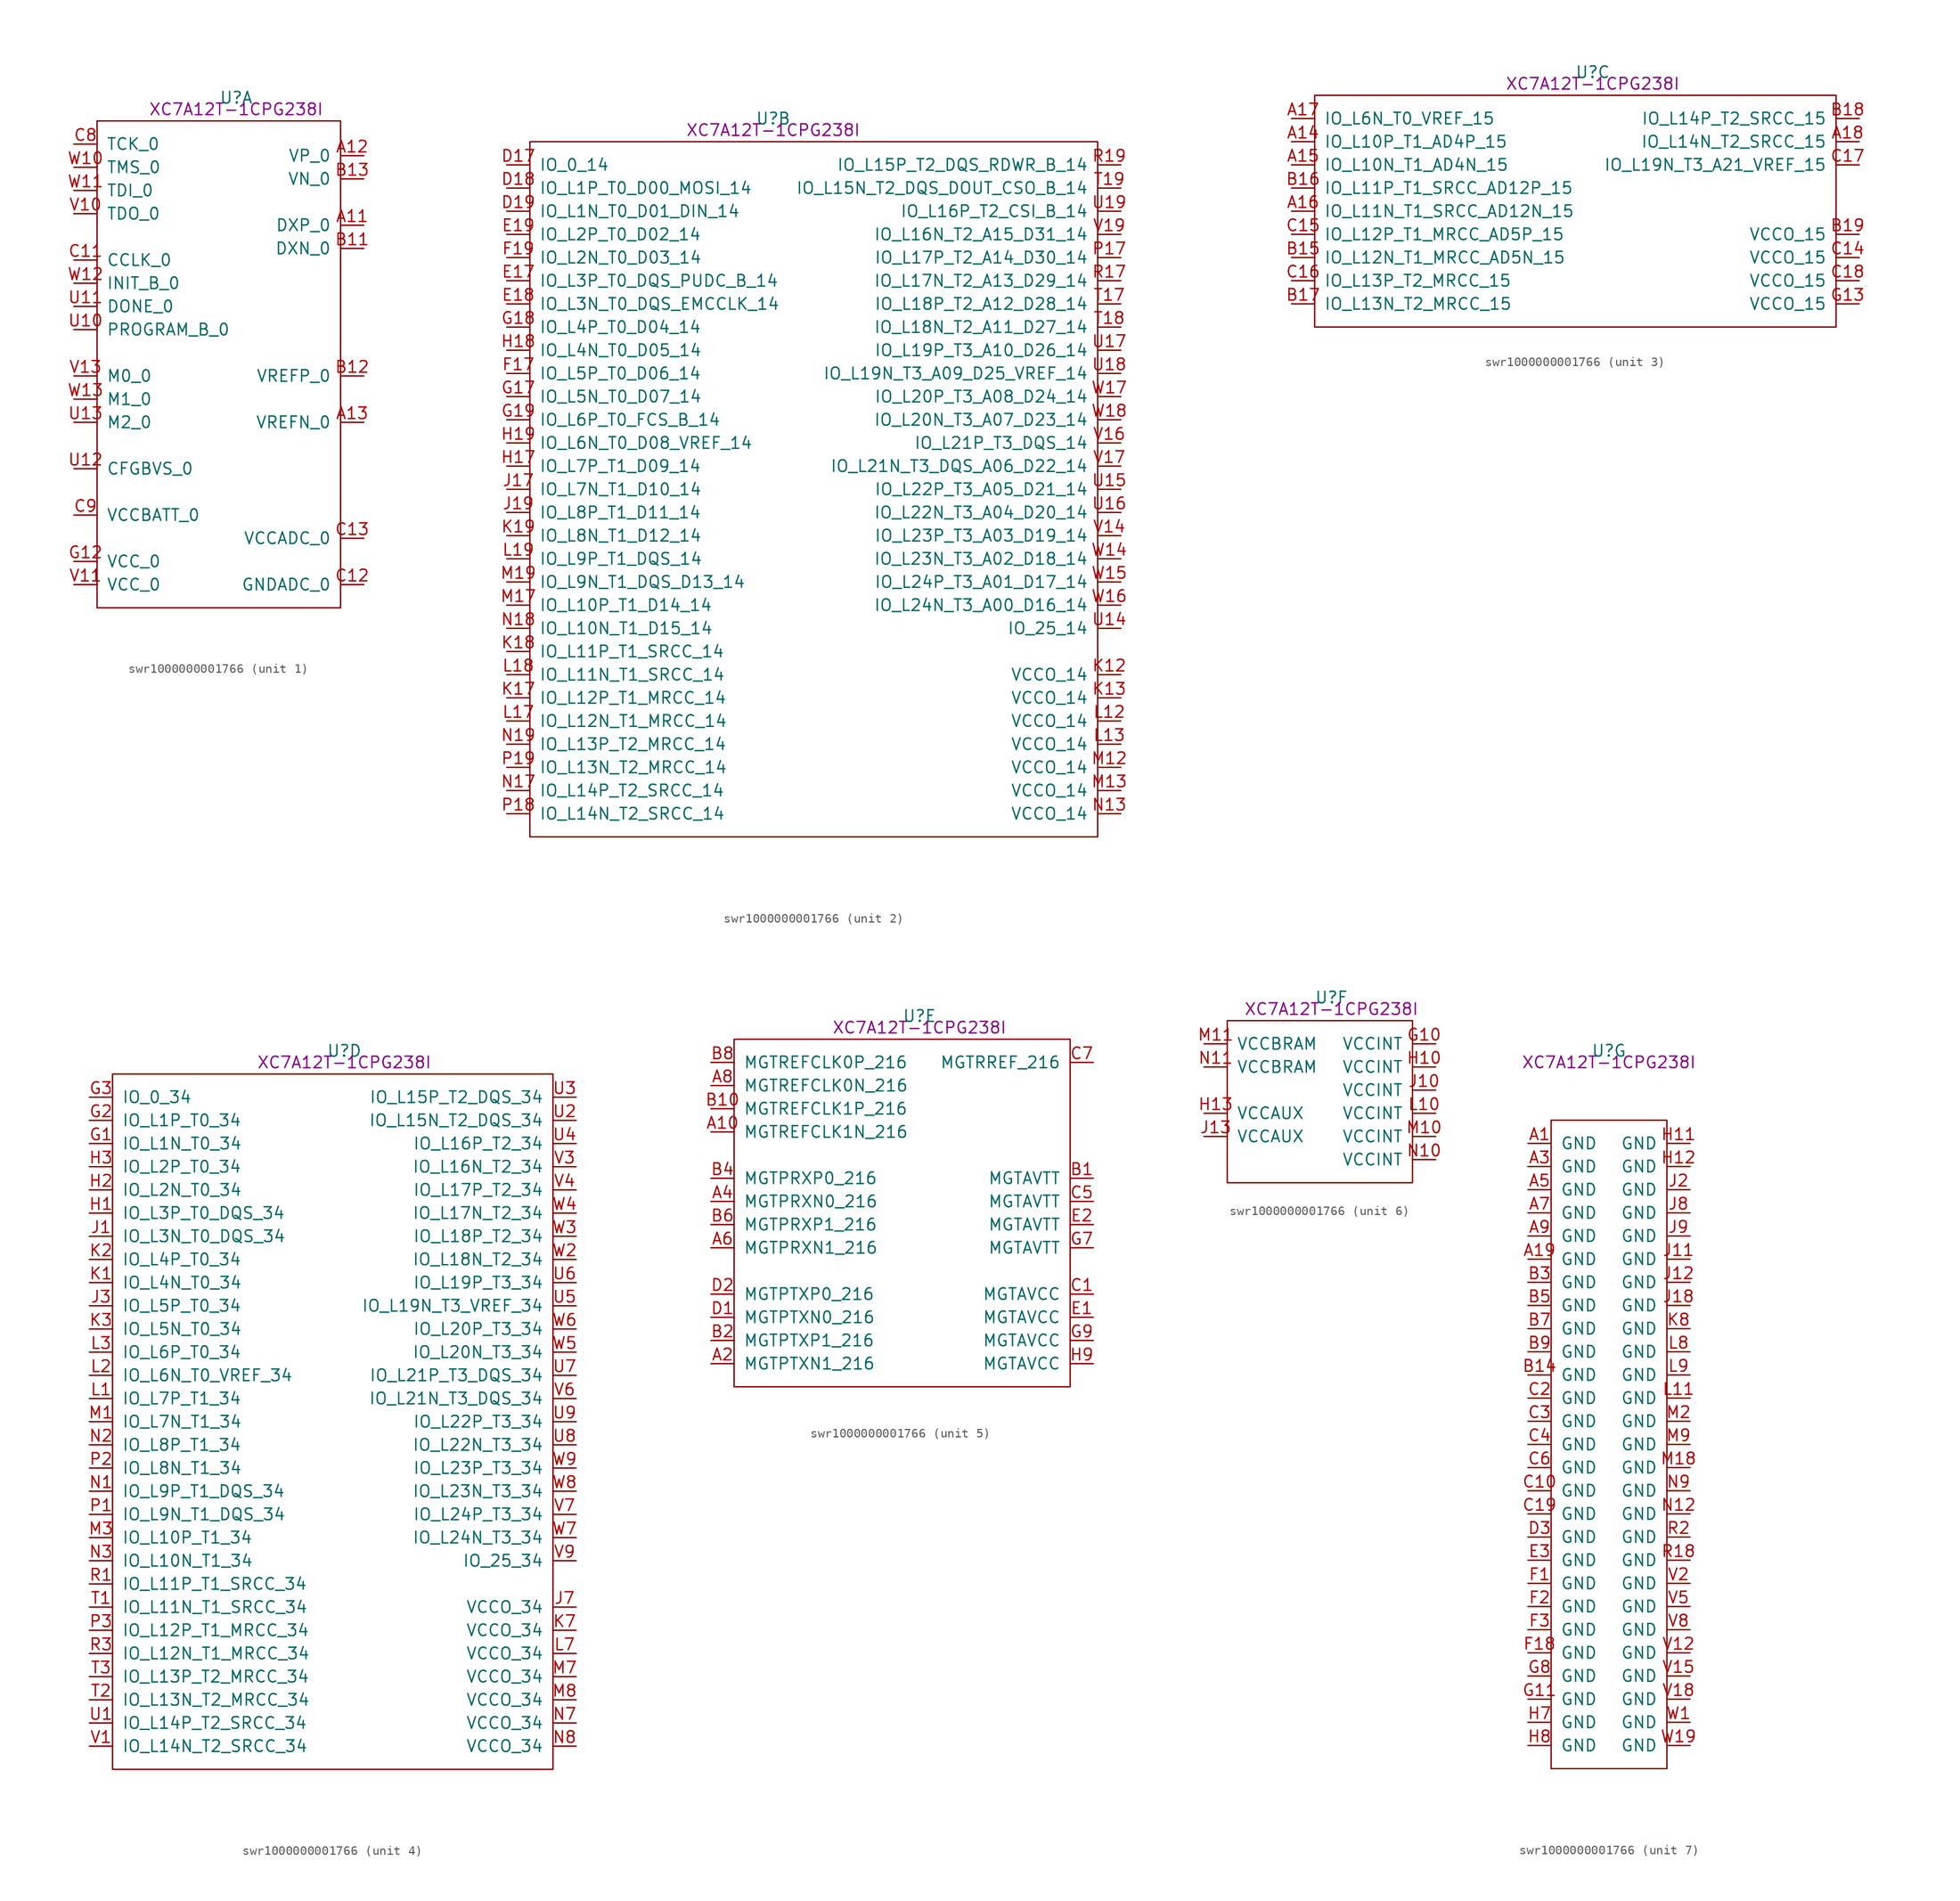
<source format=kicad_sym>
(kicad_symbol_lib
  (version 20211014)
  (generator kicad_symbol_editor)
  (symbol "swr1000000001766"
    (pin_names
      (offset 1.016))
    (property "Reference" "U"
      (at 0 1.27 0)
      (effects (font (size 1.27 1.27))))
    (property "PartValue" "XC7A12T-1CPG238I"
      (at 0 0 0)
      (effects (font (size 1.27 1.27))))
    (property "ki_locked" ""
      (at 0 0 0)
      (effects (font (size 1.27 1.27))))
    (symbol "swr1000000001766_1_0"
      (pin power_in line (at -17.78 -49.53 0) (length 2.54) (name "VCC_0" (effects (font (size 1.27 1.27)))) (number "G12" (effects (font (size 1.27 1.27)))))
      (pin bidirectional line (at -17.78 -21.59 0) (length 2.54) (name "DONE_0" (effects (font (size 1.27 1.27)))) (number "U11" (effects (font (size 1.27 1.27)))))
      (pin power_in line (at -17.78 -52.07 0) (length 2.54) (name "VCC_0" (effects (font (size 1.27 1.27)))) (number "V11" (effects (font (size 1.27 1.27))))))
    (symbol "swr1000000001766_1_1"
      (rectangle (start 11.43 -54.61) (end -15.24 -1.27) (stroke (width 0) (type default) (color 0 0 0 0)) (fill (type none)))
      (pin bidirectional line (at 13.97 -12.7 180) (length 2.54) (name "DXP_0" (effects (font (size 1.27 1.27)))) (number "A11" (effects (font (size 1.27 1.27)))))
      (pin input line (at 13.97 -5.08 180) (length 2.54) (name "VP_0" (effects (font (size 1.27 1.27)))) (number "A12" (effects (font (size 1.27 1.27)))))
      (pin power_in line (at 13.97 -34.29 180) (length 2.54) (name "VREFN_0" (effects (font (size 1.27 1.27)))) (number "A13" (effects (font (size 1.27 1.27)))))
      (pin bidirectional line (at 13.97 -15.24 180) (length 2.54) (name "DXN_0" (effects (font (size 1.27 1.27)))) (number "B11" (effects (font (size 1.27 1.27)))))
      (pin power_in line (at 13.97 -29.21 180) (length 2.54) (name "VREFP_0" (effects (font (size 1.27 1.27)))) (number "B12" (effects (font (size 1.27 1.27)))))
      (pin input line (at 13.97 -7.62 180) (length 2.54) (name "VN_0" (effects (font (size 1.27 1.27)))) (number "B13" (effects (font (size 1.27 1.27)))))
      (pin input line (at -17.78 -16.51 0) (length 2.54) (name "CCLK_0" (effects (font (size 1.27 1.27)))) (number "C11" (effects (font (size 1.27 1.27)))))
      (pin power_in line (at 13.97 -52.07 180) (length 2.54) (name "GNDADC_0" (effects (font (size 1.27 1.27)))) (number "C12" (effects (font (size 1.27 1.27)))))
      (pin power_in line (at 13.97 -46.99 180) (length 2.54) (name "VCCADC_0" (effects (font (size 1.27 1.27)))) (number "C13" (effects (font (size 1.27 1.27)))))
      (pin input line (at -17.78 -3.81 0) (length 2.54) (name "TCK_0" (effects (font (size 1.27 1.27)))) (number "C8" (effects (font (size 1.27 1.27)))))
      (pin power_in line (at -17.78 -44.45 0) (length 2.54) (name "VCCBATT_0" (effects (font (size 1.27 1.27)))) (number "C9" (effects (font (size 1.27 1.27)))))
      (pin input line (at -17.78 -24.13 0) (length 2.54) (name "PROGRAM_B_0" (effects (font (size 1.27 1.27)))) (number "U10" (effects (font (size 1.27 1.27)))))
      (pin power_in line (at -17.78 -39.37 0) (length 2.54) (name "CFGBVS_0" (effects (font (size 1.27 1.27)))) (number "U12" (effects (font (size 1.27 1.27)))))
      (pin input line (at -17.78 -34.29 0) (length 2.54) (name "M2_0" (effects (font (size 1.27 1.27)))) (number "U13" (effects (font (size 1.27 1.27)))))
      (pin output line (at -17.78 -11.43 0) (length 2.54) (name "TDO_0" (effects (font (size 1.27 1.27)))) (number "V10" (effects (font (size 1.27 1.27)))))
      (pin input line (at -17.78 -29.21 0) (length 2.54) (name "M0_0" (effects (font (size 1.27 1.27)))) (number "V13" (effects (font (size 1.27 1.27)))))
      (pin input line (at -17.78 -6.35 0) (length 2.54) (name "TMS_0" (effects (font (size 1.27 1.27)))) (number "W10" (effects (font (size 1.27 1.27)))))
      (pin input line (at -17.78 -8.89 0) (length 2.54) (name "TDI_0" (effects (font (size 1.27 1.27)))) (number "W11" (effects (font (size 1.27 1.27)))))
      (pin bidirectional line (at -17.78 -19.05 0) (length 2.54) (name "INIT_B_0" (effects (font (size 1.27 1.27)))) (number "W12" (effects (font (size 1.27 1.27)))))
      (pin input line (at -17.78 -31.75 0) (length 2.54) (name "M1_0" (effects (font (size 1.27 1.27)))) (number "W13" (effects (font (size 1.27 1.27))))))
    (symbol "swr1000000001766_2_0"
      (pin bidirectional line (at -29.21 -3.81 0) (length 2.54) (name "IO_0_14" (effects (font (size 1.27 1.27)))) (number "D17" (effects (font (size 1.27 1.27)))))
      (pin bidirectional line (at -29.21 -6.35 0) (length 2.54) (name "IO_L1P_T0_D00_MOSI_14" (effects (font (size 1.27 1.27)))) (number "D18" (effects (font (size 1.27 1.27)))))
      (pin bidirectional line (at -29.21 -8.89 0) (length 2.54) (name "IO_L1N_T0_D01_DIN_14" (effects (font (size 1.27 1.27)))) (number "D19" (effects (font (size 1.27 1.27)))))
      (pin bidirectional line (at -29.21 -16.51 0) (length 2.54) (name "IO_L3P_T0_DQS_PUDC_B_14" (effects (font (size 1.27 1.27)))) (number "E17" (effects (font (size 1.27 1.27)))))
      (pin bidirectional line (at -29.21 -19.05 0) (length 2.54) (name "IO_L3N_T0_DQS_EMCCLK_14" (effects (font (size 1.27 1.27)))) (number "E18" (effects (font (size 1.27 1.27)))))
      (pin bidirectional line (at -29.21 -11.43 0) (length 2.54) (name "IO_L2P_T0_D02_14" (effects (font (size 1.27 1.27)))) (number "E19" (effects (font (size 1.27 1.27)))))
      (pin bidirectional line (at -29.21 -26.67 0) (length 2.54) (name "IO_L5P_T0_D06_14" (effects (font (size 1.27 1.27)))) (number "F17" (effects (font (size 1.27 1.27)))))
      (pin bidirectional line (at -29.21 -13.97 0) (length 2.54) (name "IO_L2N_T0_D03_14" (effects (font (size 1.27 1.27)))) (number "F19" (effects (font (size 1.27 1.27)))))
      (pin bidirectional line (at -29.21 -29.21 0) (length 2.54) (name "IO_L5N_T0_D07_14" (effects (font (size 1.27 1.27)))) (number "G17" (effects (font (size 1.27 1.27)))))
      (pin bidirectional line (at -29.21 -21.59 0) (length 2.54) (name "IO_L4P_T0_D04_14" (effects (font (size 1.27 1.27)))) (number "G18" (effects (font (size 1.27 1.27)))))
      (pin bidirectional line (at -29.21 -31.75 0) (length 2.54) (name "IO_L6P_T0_FCS_B_14" (effects (font (size 1.27 1.27)))) (number "G19" (effects (font (size 1.27 1.27)))))
      (pin bidirectional line (at -29.21 -36.83 0) (length 2.54) (name "IO_L7P_T1_D09_14" (effects (font (size 1.27 1.27)))) (number "H17" (effects (font (size 1.27 1.27)))))
      (pin bidirectional line (at -29.21 -24.13 0) (length 2.54) (name "IO_L4N_T0_D05_14" (effects (font (size 1.27 1.27)))) (number "H18" (effects (font (size 1.27 1.27)))))
      (pin bidirectional line (at -29.21 -34.29 0) (length 2.54) (name "IO_L6N_T0_D08_VREF_14" (effects (font (size 1.27 1.27)))) (number "H19" (effects (font (size 1.27 1.27)))))
      (pin bidirectional line (at -29.21 -39.37 0) (length 2.54) (name "IO_L7N_T1_D10_14" (effects (font (size 1.27 1.27)))) (number "J17" (effects (font (size 1.27 1.27)))))
      (pin bidirectional line (at -29.21 -41.91 0) (length 2.54) (name "IO_L8P_T1_D11_14" (effects (font (size 1.27 1.27)))) (number "J19" (effects (font (size 1.27 1.27)))))
      (pin power_in line (at 38.1 -59.69 180) (length 2.54) (name "VCCO_14" (effects (font (size 1.27 1.27)))) (number "K12" (effects (font (size 1.27 1.27)))))
      (pin power_in line (at 38.1 -62.23 180) (length 2.54) (name "VCCO_14" (effects (font (size 1.27 1.27)))) (number "K13" (effects (font (size 1.27 1.27)))))
      (pin bidirectional line (at -29.21 -62.23 0) (length 2.54) (name "IO_L12P_T1_MRCC_14" (effects (font (size 1.27 1.27)))) (number "K17" (effects (font (size 1.27 1.27)))))
      (pin bidirectional line (at -29.21 -57.15 0) (length 2.54) (name "IO_L11P_T1_SRCC_14" (effects (font (size 1.27 1.27)))) (number "K18" (effects (font (size 1.27 1.27)))))
      (pin bidirectional line (at -29.21 -44.45 0) (length 2.54) (name "IO_L8N_T1_D12_14" (effects (font (size 1.27 1.27)))) (number "K19" (effects (font (size 1.27 1.27)))))
      (pin power_in line (at 38.1 -64.77 180) (length 2.54) (name "VCCO_14" (effects (font (size 1.27 1.27)))) (number "L12" (effects (font (size 1.27 1.27)))))
      (pin power_in line (at 38.1 -67.31 180) (length 2.54) (name "VCCO_14" (effects (font (size 1.27 1.27)))) (number "L13" (effects (font (size 1.27 1.27)))))
      (pin bidirectional line (at -29.21 -64.77 0) (length 2.54) (name "IO_L12N_T1_MRCC_14" (effects (font (size 1.27 1.27)))) (number "L17" (effects (font (size 1.27 1.27)))))
      (pin bidirectional line (at -29.21 -59.69 0) (length 2.54) (name "IO_L11N_T1_SRCC_14" (effects (font (size 1.27 1.27)))) (number "L18" (effects (font (size 1.27 1.27)))))
      (pin bidirectional line (at -29.21 -46.99 0) (length 2.54) (name "IO_L9P_T1_DQS_14" (effects (font (size 1.27 1.27)))) (number "L19" (effects (font (size 1.27 1.27)))))
      (pin power_in line (at 38.1 -69.85 180) (length 2.54) (name "VCCO_14" (effects (font (size 1.27 1.27)))) (number "M12" (effects (font (size 1.27 1.27)))))
      (pin power_in line (at 38.1 -72.39 180) (length 2.54) (name "VCCO_14" (effects (font (size 1.27 1.27)))) (number "M13" (effects (font (size 1.27 1.27)))))
      (pin bidirectional line (at -29.21 -52.07 0) (length 2.54) (name "IO_L10P_T1_D14_14" (effects (font (size 1.27 1.27)))) (number "M17" (effects (font (size 1.27 1.27)))))
      (pin bidirectional line (at -29.21 -49.53 0) (length 2.54) (name "IO_L9N_T1_DQS_D13_14" (effects (font (size 1.27 1.27)))) (number "M19" (effects (font (size 1.27 1.27)))))
      (pin power_in line (at 38.1 -74.93 180) (length 2.54) (name "VCCO_14" (effects (font (size 1.27 1.27)))) (number "N13" (effects (font (size 1.27 1.27)))))
      (pin bidirectional line (at -29.21 -72.39 0) (length 2.54) (name "IO_L14P_T2_SRCC_14" (effects (font (size 1.27 1.27)))) (number "N17" (effects (font (size 1.27 1.27)))))
      (pin bidirectional line (at -29.21 -54.61 0) (length 2.54) (name "IO_L10N_T1_D15_14" (effects (font (size 1.27 1.27)))) (number "N18" (effects (font (size 1.27 1.27)))))
      (pin bidirectional line (at -29.21 -67.31 0) (length 2.54) (name "IO_L13P_T2_MRCC_14" (effects (font (size 1.27 1.27)))) (number "N19" (effects (font (size 1.27 1.27)))))
      (pin bidirectional line (at 38.1 -13.97 180) (length 2.54) (name "IO_L17P_T2_A14_D30_14" (effects (font (size 1.27 1.27)))) (number "P17" (effects (font (size 1.27 1.27)))))
      (pin bidirectional line (at -29.21 -74.93 0) (length 2.54) (name "IO_L14N_T2_SRCC_14" (effects (font (size 1.27 1.27)))) (number "P18" (effects (font (size 1.27 1.27)))))
      (pin bidirectional line (at -29.21 -69.85 0) (length 2.54) (name "IO_L13N_T2_MRCC_14" (effects (font (size 1.27 1.27)))) (number "P19" (effects (font (size 1.27 1.27)))))
      (pin bidirectional line (at 38.1 -16.51 180) (length 2.54) (name "IO_L17N_T2_A13_D29_14" (effects (font (size 1.27 1.27)))) (number "R17" (effects (font (size 1.27 1.27)))))
      (pin bidirectional line (at 38.1 -3.81 180) (length 2.54) (name "IO_L15P_T2_DQS_RDWR_B_14" (effects (font (size 1.27 1.27)))) (number "R19" (effects (font (size 1.27 1.27)))))
      (pin bidirectional line (at 38.1 -19.05 180) (length 2.54) (name "IO_L18P_T2_A12_D28_14" (effects (font (size 1.27 1.27)))) (number "T17" (effects (font (size 1.27 1.27)))))
      (pin bidirectional line (at 38.1 -21.59 180) (length 2.54) (name "IO_L18N_T2_A11_D27_14" (effects (font (size 1.27 1.27)))) (number "T18" (effects (font (size 1.27 1.27)))))
      (pin bidirectional line (at 38.1 -6.35 180) (length 2.54) (name "IO_L15N_T2_DQS_DOUT_CSO_B_14" (effects (font (size 1.27 1.27)))) (number "T19" (effects (font (size 1.27 1.27)))))
      (pin bidirectional line (at 38.1 -54.61 180) (length 2.54) (name "IO_25_14" (effects (font (size 1.27 1.27)))) (number "U14" (effects (font (size 1.27 1.27)))))
      (pin bidirectional line (at 38.1 -39.37 180) (length 2.54) (name "IO_L22P_T3_A05_D21_14" (effects (font (size 1.27 1.27)))) (number "U15" (effects (font (size 1.27 1.27)))))
      (pin bidirectional line (at 38.1 -41.91 180) (length 2.54) (name "IO_L22N_T3_A04_D20_14" (effects (font (size 1.27 1.27)))) (number "U16" (effects (font (size 1.27 1.27)))))
      (pin bidirectional line (at 38.1 -24.13 180) (length 2.54) (name "IO_L19P_T3_A10_D26_14" (effects (font (size 1.27 1.27)))) (number "U17" (effects (font (size 1.27 1.27)))))
      (pin bidirectional line (at 38.1 -26.67 180) (length 2.54) (name "IO_L19N_T3_A09_D25_VREF_14" (effects (font (size 1.27 1.27)))) (number "U18" (effects (font (size 1.27 1.27)))))
      (pin bidirectional line (at 38.1 -8.89 180) (length 2.54) (name "IO_L16P_T2_CSI_B_14" (effects (font (size 1.27 1.27)))) (number "U19" (effects (font (size 1.27 1.27)))))
      (pin bidirectional line (at 38.1 -44.45 180) (length 2.54) (name "IO_L23P_T3_A03_D19_14" (effects (font (size 1.27 1.27)))) (number "V14" (effects (font (size 1.27 1.27)))))
      (pin bidirectional line (at 38.1 -34.29 180) (length 2.54) (name "IO_L21P_T3_DQS_14" (effects (font (size 1.27 1.27)))) (number "V16" (effects (font (size 1.27 1.27)))))
      (pin bidirectional line (at 38.1 -36.83 180) (length 2.54) (name "IO_L21N_T3_DQS_A06_D22_14" (effects (font (size 1.27 1.27)))) (number "V17" (effects (font (size 1.27 1.27)))))
      (pin bidirectional line (at 38.1 -11.43 180) (length 2.54) (name "IO_L16N_T2_A15_D31_14" (effects (font (size 1.27 1.27)))) (number "V19" (effects (font (size 1.27 1.27)))))
      (pin bidirectional line (at 38.1 -46.99 180) (length 2.54) (name "IO_L23N_T3_A02_D18_14" (effects (font (size 1.27 1.27)))) (number "W14" (effects (font (size 1.27 1.27)))))
      (pin bidirectional line (at 38.1 -49.53 180) (length 2.54) (name "IO_L24P_T3_A01_D17_14" (effects (font (size 1.27 1.27)))) (number "W15" (effects (font (size 1.27 1.27)))))
      (pin bidirectional line (at 38.1 -52.07 180) (length 2.54) (name "IO_L24N_T3_A00_D16_14" (effects (font (size 1.27 1.27)))) (number "W16" (effects (font (size 1.27 1.27)))))
      (pin bidirectional line (at 38.1 -29.21 180) (length 2.54) (name "IO_L20P_T3_A08_D24_14" (effects (font (size 1.27 1.27)))) (number "W17" (effects (font (size 1.27 1.27)))))
      (pin bidirectional line (at 38.1 -31.75 180) (length 2.54) (name "IO_L20N_T3_A07_D23_14" (effects (font (size 1.27 1.27)))) (number "W18" (effects (font (size 1.27 1.27))))))
    (symbol "swr1000000001766_2_1"
      (rectangle (start -26.67 -1.27) (end 35.56 -77.47) (stroke (width 0) (type default) (color 0 0 0 0)) (fill (type none))))
    (symbol "swr1000000001766_3_0"
      (pin bidirectional line (at -33.02 -6.35 0) (length 2.54) (name "IO_L10P_T1_AD4P_15" (effects (font (size 1.27 1.27)))) (number "A14" (effects (font (size 1.27 1.27)))))
      (pin bidirectional line (at -33.02 -8.89 0) (length 2.54) (name "IO_L10N_T1_AD4N_15" (effects (font (size 1.27 1.27)))) (number "A15" (effects (font (size 1.27 1.27)))))
      (pin bidirectional line (at -33.02 -13.97 0) (length 2.54) (name "IO_L11N_T1_SRCC_AD12N_15" (effects (font (size 1.27 1.27)))) (number "A16" (effects (font (size 1.27 1.27)))))
      (pin bidirectional line (at -33.02 -3.81 0) (length 2.54) (name "IO_L6N_T0_VREF_15" (effects (font (size 1.27 1.27)))) (number "A17" (effects (font (size 1.27 1.27)))))
      (pin bidirectional line (at 29.21 -6.35 180) (length 2.54) (name "IO_L14N_T2_SRCC_15" (effects (font (size 1.27 1.27)))) (number "A18" (effects (font (size 1.27 1.27)))))
      (pin bidirectional line (at -33.02 -19.05 0) (length 2.54) (name "IO_L12N_T1_MRCC_AD5N_15" (effects (font (size 1.27 1.27)))) (number "B15" (effects (font (size 1.27 1.27)))))
      (pin bidirectional line (at -33.02 -11.43 0) (length 2.54) (name "IO_L11P_T1_SRCC_AD12P_15" (effects (font (size 1.27 1.27)))) (number "B16" (effects (font (size 1.27 1.27)))))
      (pin bidirectional line (at -33.02 -24.13 0) (length 2.54) (name "IO_L13N_T2_MRCC_15" (effects (font (size 1.27 1.27)))) (number "B17" (effects (font (size 1.27 1.27)))))
      (pin bidirectional line (at 29.21 -3.81 180) (length 2.54) (name "IO_L14P_T2_SRCC_15" (effects (font (size 1.27 1.27)))) (number "B18" (effects (font (size 1.27 1.27)))))
      (pin power_in line (at 29.21 -16.51 180) (length 2.54) (name "VCCO_15" (effects (font (size 1.27 1.27)))) (number "B19" (effects (font (size 1.27 1.27)))))
      (pin power_in line (at 29.21 -19.05 180) (length 2.54) (name "VCCO_15" (effects (font (size 1.27 1.27)))) (number "C14" (effects (font (size 1.27 1.27)))))
      (pin bidirectional line (at -33.02 -16.51 0) (length 2.54) (name "IO_L12P_T1_MRCC_AD5P_15" (effects (font (size 1.27 1.27)))) (number "C15" (effects (font (size 1.27 1.27)))))
      (pin bidirectional line (at -33.02 -21.59 0) (length 2.54) (name "IO_L13P_T2_MRCC_15" (effects (font (size 1.27 1.27)))) (number "C16" (effects (font (size 1.27 1.27)))))
      (pin bidirectional line (at 29.21 -8.89 180) (length 2.54) (name "IO_L19N_T3_A21_VREF_15" (effects (font (size 1.27 1.27)))) (number "C17" (effects (font (size 1.27 1.27)))))
      (pin power_in line (at 29.21 -21.59 180) (length 2.54) (name "VCCO_15" (effects (font (size 1.27 1.27)))) (number "C18" (effects (font (size 1.27 1.27)))))
      (pin power_in line (at 29.21 -24.13 180) (length 2.54) (name "VCCO_15" (effects (font (size 1.27 1.27)))) (number "G13" (effects (font (size 1.27 1.27))))))
    (symbol "swr1000000001766_3_1"
      (rectangle (start -30.48 -1.27) (end 26.67 -26.67) (stroke (width 0) (type default) (color 0 0 0 0)) (fill (type none))))
    (symbol "swr1000000001766_4_0"
      (pin bidirectional line (at -27.94 -8.89 0) (length 2.54) (name "IO_L1N_T0_34" (effects (font (size 1.27 1.27)))) (number "G1" (effects (font (size 1.27 1.27)))))
      (pin bidirectional line (at -27.94 -6.35 0) (length 2.54) (name "IO_L1P_T0_34" (effects (font (size 1.27 1.27)))) (number "G2" (effects (font (size 1.27 1.27)))))
      (pin bidirectional line (at -27.94 -3.81 0) (length 2.54) (name "IO_0_34" (effects (font (size 1.27 1.27)))) (number "G3" (effects (font (size 1.27 1.27)))))
      (pin bidirectional line (at -27.94 -16.51 0) (length 2.54) (name "IO_L3P_T0_DQS_34" (effects (font (size 1.27 1.27)))) (number "H1" (effects (font (size 1.27 1.27)))))
      (pin bidirectional line (at -27.94 -13.97 0) (length 2.54) (name "IO_L2N_T0_34" (effects (font (size 1.27 1.27)))) (number "H2" (effects (font (size 1.27 1.27)))))
      (pin bidirectional line (at -27.94 -11.43 0) (length 2.54) (name "IO_L2P_T0_34" (effects (font (size 1.27 1.27)))) (number "H3" (effects (font (size 1.27 1.27)))))
      (pin bidirectional line (at -27.94 -19.05 0) (length 2.54) (name "IO_L3N_T0_DQS_34" (effects (font (size 1.27 1.27)))) (number "J1" (effects (font (size 1.27 1.27)))))
      (pin bidirectional line (at -27.94 -26.67 0) (length 2.54) (name "IO_L5P_T0_34" (effects (font (size 1.27 1.27)))) (number "J3" (effects (font (size 1.27 1.27)))))
      (pin power_in line (at 25.4 -59.69 180) (length 2.54) (name "VCCO_34" (effects (font (size 1.27 1.27)))) (number "J7" (effects (font (size 1.27 1.27)))))
      (pin bidirectional line (at -27.94 -24.13 0) (length 2.54) (name "IO_L4N_T0_34" (effects (font (size 1.27 1.27)))) (number "K1" (effects (font (size 1.27 1.27)))))
      (pin bidirectional line (at -27.94 -21.59 0) (length 2.54) (name "IO_L4P_T0_34" (effects (font (size 1.27 1.27)))) (number "K2" (effects (font (size 1.27 1.27)))))
      (pin bidirectional line (at -27.94 -29.21 0) (length 2.54) (name "IO_L5N_T0_34" (effects (font (size 1.27 1.27)))) (number "K3" (effects (font (size 1.27 1.27)))))
      (pin power_in line (at 25.4 -62.23 180) (length 2.54) (name "VCCO_34" (effects (font (size 1.27 1.27)))) (number "K7" (effects (font (size 1.27 1.27)))))
      (pin bidirectional line (at -27.94 -36.83 0) (length 2.54) (name "IO_L7P_T1_34" (effects (font (size 1.27 1.27)))) (number "L1" (effects (font (size 1.27 1.27)))))
      (pin bidirectional line (at -27.94 -34.29 0) (length 2.54) (name "IO_L6N_T0_VREF_34" (effects (font (size 1.27 1.27)))) (number "L2" (effects (font (size 1.27 1.27)))))
      (pin bidirectional line (at -27.94 -31.75 0) (length 2.54) (name "IO_L6P_T0_34" (effects (font (size 1.27 1.27)))) (number "L3" (effects (font (size 1.27 1.27)))))
      (pin power_in line (at 25.4 -64.77 180) (length 2.54) (name "VCCO_34" (effects (font (size 1.27 1.27)))) (number "L7" (effects (font (size 1.27 1.27)))))
      (pin bidirectional line (at -27.94 -39.37 0) (length 2.54) (name "IO_L7N_T1_34" (effects (font (size 1.27 1.27)))) (number "M1" (effects (font (size 1.27 1.27)))))
      (pin bidirectional line (at -27.94 -52.07 0) (length 2.54) (name "IO_L10P_T1_34" (effects (font (size 1.27 1.27)))) (number "M3" (effects (font (size 1.27 1.27)))))
      (pin power_in line (at 25.4 -67.31 180) (length 2.54) (name "VCCO_34" (effects (font (size 1.27 1.27)))) (number "M7" (effects (font (size 1.27 1.27)))))
      (pin power_in line (at 25.4 -69.85 180) (length 2.54) (name "VCCO_34" (effects (font (size 1.27 1.27)))) (number "M8" (effects (font (size 1.27 1.27)))))
      (pin bidirectional line (at -27.94 -46.99 0) (length 2.54) (name "IO_L9P_T1_DQS_34" (effects (font (size 1.27 1.27)))) (number "N1" (effects (font (size 1.27 1.27)))))
      (pin bidirectional line (at -27.94 -41.91 0) (length 2.54) (name "IO_L8P_T1_34" (effects (font (size 1.27 1.27)))) (number "N2" (effects (font (size 1.27 1.27)))))
      (pin bidirectional line (at -27.94 -54.61 0) (length 2.54) (name "IO_L10N_T1_34" (effects (font (size 1.27 1.27)))) (number "N3" (effects (font (size 1.27 1.27)))))
      (pin power_in line (at 25.4 -72.39 180) (length 2.54) (name "VCCO_34" (effects (font (size 1.27 1.27)))) (number "N7" (effects (font (size 1.27 1.27)))))
      (pin power_in line (at 25.4 -74.93 180) (length 2.54) (name "VCCO_34" (effects (font (size 1.27 1.27)))) (number "N8" (effects (font (size 1.27 1.27)))))
      (pin bidirectional line (at -27.94 -49.53 0) (length 2.54) (name "IO_L9N_T1_DQS_34" (effects (font (size 1.27 1.27)))) (number "P1" (effects (font (size 1.27 1.27)))))
      (pin bidirectional line (at -27.94 -44.45 0) (length 2.54) (name "IO_L8N_T1_34" (effects (font (size 1.27 1.27)))) (number "P2" (effects (font (size 1.27 1.27)))))
      (pin bidirectional line (at -27.94 -62.23 0) (length 2.54) (name "IO_L12P_T1_MRCC_34" (effects (font (size 1.27 1.27)))) (number "P3" (effects (font (size 1.27 1.27)))))
      (pin bidirectional line (at -27.94 -57.15 0) (length 2.54) (name "IO_L11P_T1_SRCC_34" (effects (font (size 1.27 1.27)))) (number "R1" (effects (font (size 1.27 1.27)))))
      (pin bidirectional line (at -27.94 -64.77 0) (length 2.54) (name "IO_L12N_T1_MRCC_34" (effects (font (size 1.27 1.27)))) (number "R3" (effects (font (size 1.27 1.27)))))
      (pin bidirectional line (at -27.94 -59.69 0) (length 2.54) (name "IO_L11N_T1_SRCC_34" (effects (font (size 1.27 1.27)))) (number "T1" (effects (font (size 1.27 1.27)))))
      (pin bidirectional line (at -27.94 -69.85 0) (length 2.54) (name "IO_L13N_T2_MRCC_34" (effects (font (size 1.27 1.27)))) (number "T2" (effects (font (size 1.27 1.27)))))
      (pin bidirectional line (at -27.94 -67.31 0) (length 2.54) (name "IO_L13P_T2_MRCC_34" (effects (font (size 1.27 1.27)))) (number "T3" (effects (font (size 1.27 1.27)))))
      (pin bidirectional line (at -27.94 -72.39 0) (length 2.54) (name "IO_L14P_T2_SRCC_34" (effects (font (size 1.27 1.27)))) (number "U1" (effects (font (size 1.27 1.27)))))
      (pin bidirectional line (at 25.4 -6.35 180) (length 2.54) (name "IO_L15N_T2_DQS_34" (effects (font (size 1.27 1.27)))) (number "U2" (effects (font (size 1.27 1.27)))))
      (pin bidirectional line (at 25.4 -3.81 180) (length 2.54) (name "IO_L15P_T2_DQS_34" (effects (font (size 1.27 1.27)))) (number "U3" (effects (font (size 1.27 1.27)))))
      (pin bidirectional line (at 25.4 -8.89 180) (length 2.54) (name "IO_L16P_T2_34" (effects (font (size 1.27 1.27)))) (number "U4" (effects (font (size 1.27 1.27)))))
      (pin bidirectional line (at 25.4 -26.67 180) (length 2.54) (name "IO_L19N_T3_VREF_34" (effects (font (size 1.27 1.27)))) (number "U5" (effects (font (size 1.27 1.27)))))
      (pin bidirectional line (at 25.4 -24.13 180) (length 2.54) (name "IO_L19P_T3_34" (effects (font (size 1.27 1.27)))) (number "U6" (effects (font (size 1.27 1.27)))))
      (pin bidirectional line (at 25.4 -34.29 180) (length 2.54) (name "IO_L21P_T3_DQS_34" (effects (font (size 1.27 1.27)))) (number "U7" (effects (font (size 1.27 1.27)))))
      (pin bidirectional line (at 25.4 -41.91 180) (length 2.54) (name "IO_L22N_T3_34" (effects (font (size 1.27 1.27)))) (number "U8" (effects (font (size 1.27 1.27)))))
      (pin bidirectional line (at 25.4 -39.37 180) (length 2.54) (name "IO_L22P_T3_34" (effects (font (size 1.27 1.27)))) (number "U9" (effects (font (size 1.27 1.27)))))
      (pin bidirectional line (at -27.94 -74.93 0) (length 2.54) (name "IO_L14N_T2_SRCC_34" (effects (font (size 1.27 1.27)))) (number "V1" (effects (font (size 1.27 1.27)))))
      (pin bidirectional line (at 25.4 -11.43 180) (length 2.54) (name "IO_L16N_T2_34" (effects (font (size 1.27 1.27)))) (number "V3" (effects (font (size 1.27 1.27)))))
      (pin bidirectional line (at 25.4 -13.97 180) (length 2.54) (name "IO_L17P_T2_34" (effects (font (size 1.27 1.27)))) (number "V4" (effects (font (size 1.27 1.27)))))
      (pin bidirectional line (at 25.4 -36.83 180) (length 2.54) (name "IO_L21N_T3_DQS_34" (effects (font (size 1.27 1.27)))) (number "V6" (effects (font (size 1.27 1.27)))))
      (pin bidirectional line (at 25.4 -49.53 180) (length 2.54) (name "IO_L24P_T3_34" (effects (font (size 1.27 1.27)))) (number "V7" (effects (font (size 1.27 1.27)))))
      (pin bidirectional line (at 25.4 -54.61 180) (length 2.54) (name "IO_25_34" (effects (font (size 1.27 1.27)))) (number "V9" (effects (font (size 1.27 1.27)))))
      (pin bidirectional line (at 25.4 -21.59 180) (length 2.54) (name "IO_L18N_T2_34" (effects (font (size 1.27 1.27)))) (number "W2" (effects (font (size 1.27 1.27)))))
      (pin bidirectional line (at 25.4 -19.05 180) (length 2.54) (name "IO_L18P_T2_34" (effects (font (size 1.27 1.27)))) (number "W3" (effects (font (size 1.27 1.27)))))
      (pin bidirectional line (at 25.4 -16.51 180) (length 2.54) (name "IO_L17N_T2_34" (effects (font (size 1.27 1.27)))) (number "W4" (effects (font (size 1.27 1.27)))))
      (pin bidirectional line (at 25.4 -31.75 180) (length 2.54) (name "IO_L20N_T3_34" (effects (font (size 1.27 1.27)))) (number "W5" (effects (font (size 1.27 1.27)))))
      (pin bidirectional line (at 25.4 -29.21 180) (length 2.54) (name "IO_L20P_T3_34" (effects (font (size 1.27 1.27)))) (number "W6" (effects (font (size 1.27 1.27)))))
      (pin bidirectional line (at 25.4 -52.07 180) (length 2.54) (name "IO_L24N_T3_34" (effects (font (size 1.27 1.27)))) (number "W7" (effects (font (size 1.27 1.27)))))
      (pin bidirectional line (at 25.4 -46.99 180) (length 2.54) (name "IO_L23N_T3_34" (effects (font (size 1.27 1.27)))) (number "W8" (effects (font (size 1.27 1.27)))))
      (pin bidirectional line (at 25.4 -44.45 180) (length 2.54) (name "IO_L23P_T3_34" (effects (font (size 1.27 1.27)))) (number "W9" (effects (font (size 1.27 1.27))))))
    (symbol "swr1000000001766_4_1"
      (rectangle (start -25.4 -1.27) (end 22.86 -77.47) (stroke (width 0) (type default) (color 0 0 0 0)) (fill (type none))))
    (symbol "swr1000000001766_5_0"
      (pin input line (at -22.86 -11.43 0) (length 2.54) (name "MGTREFCLK1N_216" (effects (font (size 1.27 1.27)))) (number "A10" (effects (font (size 1.27 1.27)))))
      (pin output line (at -22.86 -36.83 0) (length 2.54) (name "MGTPTXN1_216" (effects (font (size 1.27 1.27)))) (number "A2" (effects (font (size 1.27 1.27)))))
      (pin input line (at -22.86 -19.05 0) (length 2.54) (name "MGTPRXN0_216" (effects (font (size 1.27 1.27)))) (number "A4" (effects (font (size 1.27 1.27)))))
      (pin input line (at -22.86 -24.13 0) (length 2.54) (name "MGTPRXN1_216" (effects (font (size 1.27 1.27)))) (number "A6" (effects (font (size 1.27 1.27)))))
      (pin input line (at -22.86 -6.35 0) (length 2.54) (name "MGTREFCLK0N_216" (effects (font (size 1.27 1.27)))) (number "A8" (effects (font (size 1.27 1.27)))))
      (pin power_in line (at 19.05 -16.51 180) (length 2.54) (name "MGTAVTT" (effects (font (size 1.27 1.27)))) (number "B1" (effects (font (size 1.27 1.27)))))
      (pin input line (at -22.86 -8.89 0) (length 2.54) (name "MGTREFCLK1P_216" (effects (font (size 1.27 1.27)))) (number "B10" (effects (font (size 1.27 1.27)))))
      (pin output line (at -22.86 -34.29 0) (length 2.54) (name "MGTPTXP1_216" (effects (font (size 1.27 1.27)))) (number "B2" (effects (font (size 1.27 1.27)))))
      (pin input line (at -22.86 -16.51 0) (length 2.54) (name "MGTPRXP0_216" (effects (font (size 1.27 1.27)))) (number "B4" (effects (font (size 1.27 1.27)))))
      (pin input line (at -22.86 -21.59 0) (length 2.54) (name "MGTPRXP1_216" (effects (font (size 1.27 1.27)))) (number "B6" (effects (font (size 1.27 1.27)))))
      (pin input line (at -22.86 -3.81 0) (length 2.54) (name "MGTREFCLK0P_216" (effects (font (size 1.27 1.27)))) (number "B8" (effects (font (size 1.27 1.27)))))
      (pin power_in line (at 19.05 -29.21 180) (length 2.54) (name "MGTAVCC" (effects (font (size 1.27 1.27)))) (number "C1" (effects (font (size 1.27 1.27)))))
      (pin power_in line (at 19.05 -19.05 180) (length 2.54) (name "MGTAVTT" (effects (font (size 1.27 1.27)))) (number "C5" (effects (font (size 1.27 1.27)))))
      (pin power_in line (at 19.05 -3.81 180) (length 2.54) (name "MGTRREF_216" (effects (font (size 1.27 1.27)))) (number "C7" (effects (font (size 1.27 1.27)))))
      (pin output line (at -22.86 -31.75 0) (length 2.54) (name "MGTPTXN0_216" (effects (font (size 1.27 1.27)))) (number "D1" (effects (font (size 1.27 1.27)))))
      (pin output line (at -22.86 -29.21 0) (length 2.54) (name "MGTPTXP0_216" (effects (font (size 1.27 1.27)))) (number "D2" (effects (font (size 1.27 1.27)))))
      (pin power_in line (at 19.05 -31.75 180) (length 2.54) (name "MGTAVCC" (effects (font (size 1.27 1.27)))) (number "E1" (effects (font (size 1.27 1.27)))))
      (pin power_in line (at 19.05 -21.59 180) (length 2.54) (name "MGTAVTT" (effects (font (size 1.27 1.27)))) (number "E2" (effects (font (size 1.27 1.27)))))
      (pin power_in line (at 19.05 -24.13 180) (length 2.54) (name "MGTAVTT" (effects (font (size 1.27 1.27)))) (number "G7" (effects (font (size 1.27 1.27)))))
      (pin power_in line (at 19.05 -34.29 180) (length 2.54) (name "MGTAVCC" (effects (font (size 1.27 1.27)))) (number "G9" (effects (font (size 1.27 1.27)))))
      (pin power_in line (at 19.05 -36.83 180) (length 2.54) (name "MGTAVCC" (effects (font (size 1.27 1.27)))) (number "H9" (effects (font (size 1.27 1.27))))))
    (symbol "swr1000000001766_5_1"
      (rectangle (start -20.32 -1.27) (end 16.51 -39.37) (stroke (width 0) (type default) (color 0 0 0 0)) (fill (type none))))
    (symbol "swr1000000001766_6_0"
      (pin power_in line (at 11.43 -3.81 180) (length 2.54) (name "VCCINT" (effects (font (size 1.27 1.27)))) (number "G10" (effects (font (size 1.27 1.27)))))
      (pin power_in line (at 11.43 -6.35 180) (length 2.54) (name "VCCINT" (effects (font (size 1.27 1.27)))) (number "H10" (effects (font (size 1.27 1.27)))))
      (pin power_in line (at -13.97 -11.43 0) (length 2.54) (name "VCCAUX" (effects (font (size 1.27 1.27)))) (number "H13" (effects (font (size 1.27 1.27)))))
      (pin power_in line (at 11.43 -8.89 180) (length 2.54) (name "VCCINT" (effects (font (size 1.27 1.27)))) (number "J10" (effects (font (size 1.27 1.27)))))
      (pin power_in line (at -13.97 -13.97 0) (length 2.54) (name "VCCAUX" (effects (font (size 1.27 1.27)))) (number "J13" (effects (font (size 1.27 1.27)))))
      (pin power_in line (at 11.43 -11.43 180) (length 2.54) (name "VCCINT" (effects (font (size 1.27 1.27)))) (number "L10" (effects (font (size 1.27 1.27)))))
      (pin power_in line (at 11.43 -13.97 180) (length 2.54) (name "VCCINT" (effects (font (size 1.27 1.27)))) (number "M10" (effects (font (size 1.27 1.27)))))
      (pin power_in line (at -13.97 -3.81 0) (length 2.54) (name "VCCBRAM" (effects (font (size 1.27 1.27)))) (number "M11" (effects (font (size 1.27 1.27)))))
      (pin power_in line (at 11.43 -16.51 180) (length 2.54) (name "VCCINT" (effects (font (size 1.27 1.27)))) (number "N10" (effects (font (size 1.27 1.27)))))
      (pin power_in line (at -13.97 -6.35 0) (length 2.54) (name "VCCBRAM" (effects (font (size 1.27 1.27)))) (number "N11" (effects (font (size 1.27 1.27))))))
    (symbol "swr1000000001766_6_1"
      (rectangle (start -11.43 -1.27) (end 8.89 -19.05) (stroke (width 0) (type default) (color 0 0 0 0)) (fill (type none))))
    (symbol "swr1000000001766_7_0"
      (pin power_in line (at -8.89 -8.89 0) (length 2.54) (name "GND" (effects (font (size 1.27 1.27)))) (number "A1" (effects (font (size 1.27 1.27)))))
      (pin power_in line (at -8.89 -21.59 0) (length 2.54) (name "GND" (effects (font (size 1.27 1.27)))) (number "A19" (effects (font (size 1.27 1.27)))))
      (pin power_in line (at -8.89 -11.43 0) (length 2.54) (name "GND" (effects (font (size 1.27 1.27)))) (number "A3" (effects (font (size 1.27 1.27)))))
      (pin power_in line (at -8.89 -13.97 0) (length 2.54) (name "GND" (effects (font (size 1.27 1.27)))) (number "A5" (effects (font (size 1.27 1.27)))))
      (pin power_in line (at -8.89 -16.51 0) (length 2.54) (name "GND" (effects (font (size 1.27 1.27)))) (number "A7" (effects (font (size 1.27 1.27)))))
      (pin power_in line (at -8.89 -19.05 0) (length 2.54) (name "GND" (effects (font (size 1.27 1.27)))) (number "A9" (effects (font (size 1.27 1.27)))))
      (pin power_in line (at -8.89 -34.29 0) (length 2.54) (name "GND" (effects (font (size 1.27 1.27)))) (number "B14" (effects (font (size 1.27 1.27)))))
      (pin power_in line (at -8.89 -24.13 0) (length 2.54) (name "GND" (effects (font (size 1.27 1.27)))) (number "B3" (effects (font (size 1.27 1.27)))))
      (pin power_in line (at -8.89 -26.67 0) (length 2.54) (name "GND" (effects (font (size 1.27 1.27)))) (number "B5" (effects (font (size 1.27 1.27)))))
      (pin power_in line (at -8.89 -29.21 0) (length 2.54) (name "GND" (effects (font (size 1.27 1.27)))) (number "B7" (effects (font (size 1.27 1.27)))))
      (pin power_in line (at -8.89 -31.75 0) (length 2.54) (name "GND" (effects (font (size 1.27 1.27)))) (number "B9" (effects (font (size 1.27 1.27)))))
      (pin power_in line (at -8.89 -46.99 0) (length 2.54) (name "GND" (effects (font (size 1.27 1.27)))) (number "C10" (effects (font (size 1.27 1.27)))))
      (pin power_in line (at -8.89 -49.53 0) (length 2.54) (name "GND" (effects (font (size 1.27 1.27)))) (number "C19" (effects (font (size 1.27 1.27)))))
      (pin power_in line (at -8.89 -36.83 0) (length 2.54) (name "GND" (effects (font (size 1.27 1.27)))) (number "C2" (effects (font (size 1.27 1.27)))))
      (pin power_in line (at -8.89 -39.37 0) (length 2.54) (name "GND" (effects (font (size 1.27 1.27)))) (number "C3" (effects (font (size 1.27 1.27)))))
      (pin power_in line (at -8.89 -41.91 0) (length 2.54) (name "GND" (effects (font (size 1.27 1.27)))) (number "C4" (effects (font (size 1.27 1.27)))))
      (pin power_in line (at -8.89 -44.45 0) (length 2.54) (name "GND" (effects (font (size 1.27 1.27)))) (number "C6" (effects (font (size 1.27 1.27)))))
      (pin power_in line (at -8.89 -52.07 0) (length 2.54) (name "GND" (effects (font (size 1.27 1.27)))) (number "D3" (effects (font (size 1.27 1.27)))))
      (pin power_in line (at -8.89 -54.61 0) (length 2.54) (name "GND" (effects (font (size 1.27 1.27)))) (number "E3" (effects (font (size 1.27 1.27)))))
      (pin power_in line (at -8.89 -57.15 0) (length 2.54) (name "GND" (effects (font (size 1.27 1.27)))) (number "F1" (effects (font (size 1.27 1.27)))))
      (pin power_in line (at -8.89 -64.77 0) (length 2.54) (name "GND" (effects (font (size 1.27 1.27)))) (number "F18" (effects (font (size 1.27 1.27)))))
      (pin power_in line (at -8.89 -59.69 0) (length 2.54) (name "GND" (effects (font (size 1.27 1.27)))) (number "F2" (effects (font (size 1.27 1.27)))))
      (pin power_in line (at -8.89 -62.23 0) (length 2.54) (name "GND" (effects (font (size 1.27 1.27)))) (number "F3" (effects (font (size 1.27 1.27)))))
      (pin power_in line (at -8.89 -69.85 0) (length 2.54) (name "GND" (effects (font (size 1.27 1.27)))) (number "G11" (effects (font (size 1.27 1.27)))))
      (pin power_in line (at -8.89 -67.31 0) (length 2.54) (name "GND" (effects (font (size 1.27 1.27)))) (number "G8" (effects (font (size 1.27 1.27)))))
      (pin power_in line (at 8.89 -8.89 180) (length 2.54) (name "GND" (effects (font (size 1.27 1.27)))) (number "H11" (effects (font (size 1.27 1.27)))))
      (pin power_in line (at 8.89 -11.43 180) (length 2.54) (name "GND" (effects (font (size 1.27 1.27)))) (number "H12" (effects (font (size 1.27 1.27)))))
      (pin power_in line (at -8.89 -72.39 0) (length 2.54) (name "GND" (effects (font (size 1.27 1.27)))) (number "H7" (effects (font (size 1.27 1.27)))))
      (pin power_in line (at -8.89 -74.93 0) (length 2.54) (name "GND" (effects (font (size 1.27 1.27)))) (number "H8" (effects (font (size 1.27 1.27)))))
      (pin power_in line (at 8.89 -21.59 180) (length 2.54) (name "GND" (effects (font (size 1.27 1.27)))) (number "J11" (effects (font (size 1.27 1.27)))))
      (pin power_in line (at 8.89 -24.13 180) (length 2.54) (name "GND" (effects (font (size 1.27 1.27)))) (number "J12" (effects (font (size 1.27 1.27)))))
      (pin power_in line (at 8.89 -26.67 180) (length 2.54) (name "GND" (effects (font (size 1.27 1.27)))) (number "J18" (effects (font (size 1.27 1.27)))))
      (pin power_in line (at 8.89 -13.97 180) (length 2.54) (name "GND" (effects (font (size 1.27 1.27)))) (number "J2" (effects (font (size 1.27 1.27)))))
      (pin power_in line (at 8.89 -16.51 180) (length 2.54) (name "GND" (effects (font (size 1.27 1.27)))) (number "J8" (effects (font (size 1.27 1.27)))))
      (pin power_in line (at 8.89 -19.05 180) (length 2.54) (name "GND" (effects (font (size 1.27 1.27)))) (number "J9" (effects (font (size 1.27 1.27)))))
      (pin power_in line (at 8.89 -29.21 180) (length 2.54) (name "GND" (effects (font (size 1.27 1.27)))) (number "K8" (effects (font (size 1.27 1.27)))))
      (pin power_in line (at 8.89 -36.83 180) (length 2.54) (name "GND" (effects (font (size 1.27 1.27)))) (number "L11" (effects (font (size 1.27 1.27)))))
      (pin power_in line (at 8.89 -31.75 180) (length 2.54) (name "GND" (effects (font (size 1.27 1.27)))) (number "L8" (effects (font (size 1.27 1.27)))))
      (pin power_in line (at 8.89 -34.29 180) (length 2.54) (name "GND" (effects (font (size 1.27 1.27)))) (number "L9" (effects (font (size 1.27 1.27)))))
      (pin power_in line (at 8.89 -44.45 180) (length 2.54) (name "GND" (effects (font (size 1.27 1.27)))) (number "M18" (effects (font (size 1.27 1.27)))))
      (pin power_in line (at 8.89 -39.37 180) (length 2.54) (name "GND" (effects (font (size 1.27 1.27)))) (number "M2" (effects (font (size 1.27 1.27)))))
      (pin power_in line (at 8.89 -41.91 180) (length 2.54) (name "GND" (effects (font (size 1.27 1.27)))) (number "M9" (effects (font (size 1.27 1.27)))))
      (pin power_in line (at 8.89 -49.53 180) (length 2.54) (name "GND" (effects (font (size 1.27 1.27)))) (number "N12" (effects (font (size 1.27 1.27)))))
      (pin power_in line (at 8.89 -46.99 180) (length 2.54) (name "GND" (effects (font (size 1.27 1.27)))) (number "N9" (effects (font (size 1.27 1.27)))))
      (pin power_in line (at 8.89 -54.61 180) (length 2.54) (name "GND" (effects (font (size 1.27 1.27)))) (number "R18" (effects (font (size 1.27 1.27)))))
      (pin power_in line (at 8.89 -52.07 180) (length 2.54) (name "GND" (effects (font (size 1.27 1.27)))) (number "R2" (effects (font (size 1.27 1.27)))))
      (pin power_in line (at 8.89 -64.77 180) (length 2.54) (name "GND" (effects (font (size 1.27 1.27)))) (number "V12" (effects (font (size 1.27 1.27)))))
      (pin power_in line (at 8.89 -67.31 180) (length 2.54) (name "GND" (effects (font (size 1.27 1.27)))) (number "V15" (effects (font (size 1.27 1.27)))))
      (pin power_in line (at 8.89 -69.85 180) (length 2.54) (name "GND" (effects (font (size 1.27 1.27)))) (number "V18" (effects (font (size 1.27 1.27)))))
      (pin power_in line (at 8.89 -57.15 180) (length 2.54) (name "GND" (effects (font (size 1.27 1.27)))) (number "V2" (effects (font (size 1.27 1.27)))))
      (pin power_in line (at 8.89 -59.69 180) (length 2.54) (name "GND" (effects (font (size 1.27 1.27)))) (number "V5" (effects (font (size 1.27 1.27)))))
      (pin power_in line (at 8.89 -62.23 180) (length 2.54) (name "GND" (effects (font (size 1.27 1.27)))) (number "V8" (effects (font (size 1.27 1.27)))))
      (pin power_in line (at 8.89 -72.39 180) (length 2.54) (name "GND" (effects (font (size 1.27 1.27)))) (number "W1" (effects (font (size 1.27 1.27)))))
      (pin power_in line (at 8.89 -74.93 180) (length 2.54) (name "GND" (effects (font (size 1.27 1.27)))) (number "W19" (effects (font (size 1.27 1.27))))))
    (symbol "swr1000000001766_7_1"
      (rectangle (start -6.35 -6.35) (end 6.35 -77.47) (stroke (width 0) (type default) (color 0 0 0 0)) (fill (type none))))))
</source>
